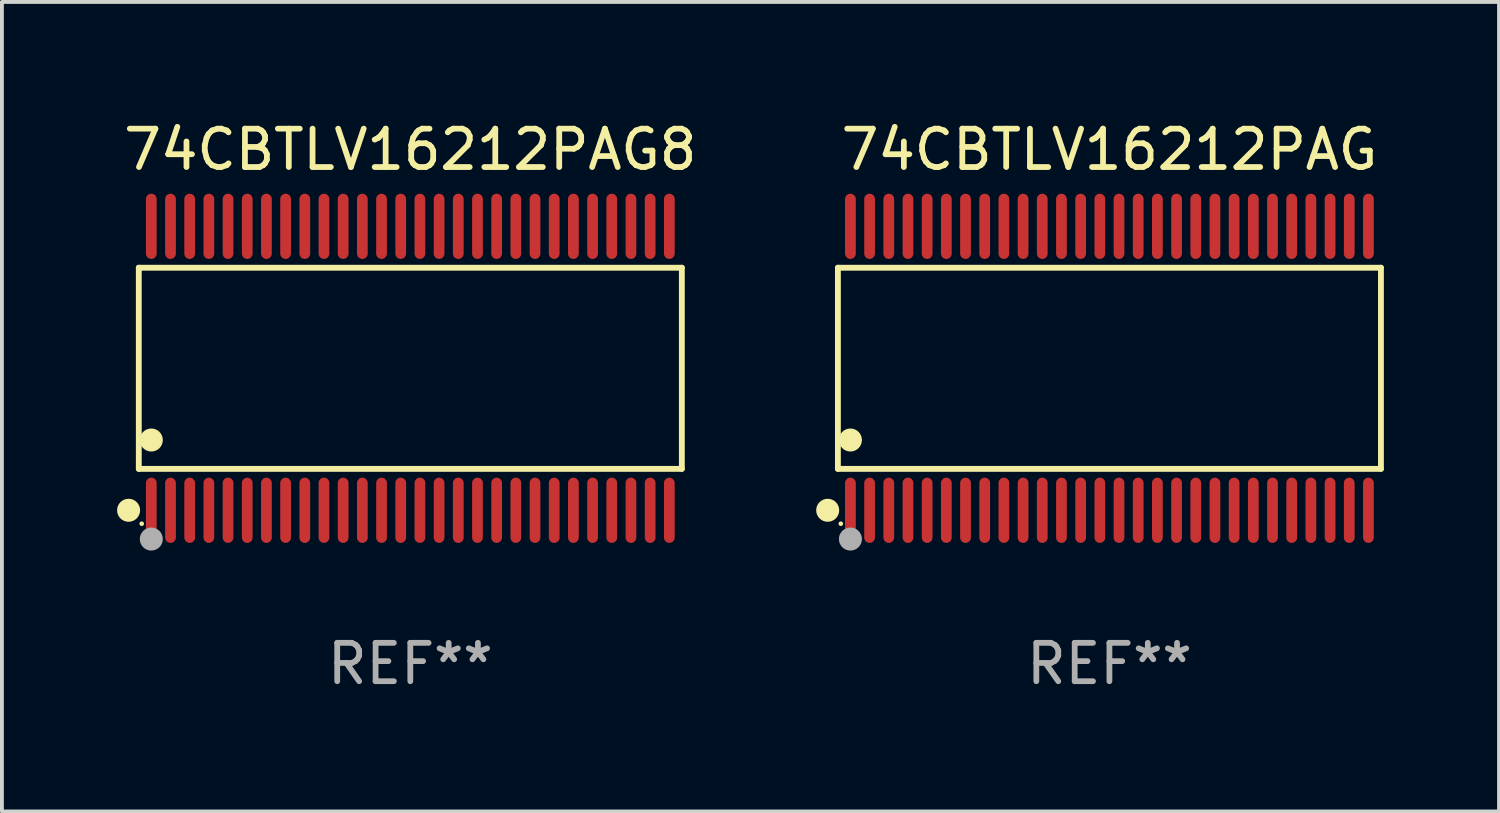
<source format=kicad_pcb>
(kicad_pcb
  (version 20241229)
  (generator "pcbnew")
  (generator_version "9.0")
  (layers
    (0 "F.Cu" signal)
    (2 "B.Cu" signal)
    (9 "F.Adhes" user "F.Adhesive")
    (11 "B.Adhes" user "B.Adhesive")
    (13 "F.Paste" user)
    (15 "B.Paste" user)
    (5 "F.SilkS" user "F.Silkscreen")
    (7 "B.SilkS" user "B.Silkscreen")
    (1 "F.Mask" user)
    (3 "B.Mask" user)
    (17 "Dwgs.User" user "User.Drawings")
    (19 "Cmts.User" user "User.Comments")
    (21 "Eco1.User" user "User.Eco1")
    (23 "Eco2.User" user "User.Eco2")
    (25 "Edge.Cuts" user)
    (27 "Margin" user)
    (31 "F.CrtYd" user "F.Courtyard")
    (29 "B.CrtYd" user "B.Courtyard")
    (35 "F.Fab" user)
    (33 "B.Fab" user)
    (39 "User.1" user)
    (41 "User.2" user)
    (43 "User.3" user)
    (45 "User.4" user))
  (footprint "74CBTLV16212PAG"
    (layer "F.Cu")
    (at 25.862 6.548)
    (property "Reference" "74CBTLV16212PAG" (at 0 -5.7 0) (layer "F.SilkS") (effects (font (size 1 1) (thickness 0.15))))
    (attr through_hole)
    (fp_line (start -7.076 -2.621) (end 7.076 -2.621) (stroke (width 0.152) (type solid)) (layer "F.SilkS"))
    (fp_line (start -7.076 2.621) (end -7.076 -2.621) (stroke (width 0.152) (type solid)) (layer "F.SilkS"))
    (fp_line (start 7.076 -2.621) (end 7.076 2.621) (stroke (width 0.152) (type solid)) (layer "F.SilkS"))
    (fp_line (start 7.076 2.621) (end -7.076 2.621) (stroke (width 0.152) (type solid)) (layer "F.SilkS"))
    (fp_circle (center -7.342 3.7) (end -7.192 3.7) (stroke (width 0.3) (type solid)) (fill no) (layer "F.SilkS"))
    (fp_circle (center -7 4.05) (end -6.97 4.05) (stroke (width 0.06) (type solid)) (fill no) (layer "F.SilkS"))
    (fp_circle (center -6.75 1.869) (end -6.6 1.869) (stroke (width 0.3) (type solid)) (fill no) (layer "F.SilkS"))
    (fp_circle (center -6.75 4.45) (end -6.6 4.45) (stroke (width 0.3) (type solid)) (fill no) (layer "F.Fab"))
    (fp_text user "REF**" (at 0 7.7 0) (layer "F.Fab") (effects (font (size 1 1) (thickness 0.15))))
    (pad "1" smd oval (at -6.75 3.7) (size 0.28 1.7) (layers "F.Cu" "F.Mask" "F.Paste"))
    (pad "2" smd oval (at -6.25 3.7) (size 0.28 1.7) (layers "F.Cu" "F.Mask" "F.Paste"))
    (pad "3" smd oval (at -5.75 3.7) (size 0.28 1.7) (layers "F.Cu" "F.Mask" "F.Paste"))
    (pad "4" smd oval (at -5.25 3.7) (size 0.28 1.7) (layers "F.Cu" "F.Mask" "F.Paste"))
    (pad "5" smd oval (at -4.75 3.7) (size 0.28 1.7) (layers "F.Cu" "F.Mask" "F.Paste"))
    (pad "6" smd oval (at -4.25 3.7) (size 0.28 1.7) (layers "F.Cu" "F.Mask" "F.Paste"))
    (pad "7" smd oval (at -3.75 3.7) (size 0.28 1.7) (layers "F.Cu" "F.Mask" "F.Paste"))
    (pad "8" smd oval (at -3.25 3.7) (size 0.28 1.7) (layers "F.Cu" "F.Mask" "F.Paste"))
    (pad "9" smd oval (at -2.75 3.7) (size 0.28 1.7) (layers "F.Cu" "F.Mask" "F.Paste"))
    (pad "10" smd oval (at -2.25 3.7) (size 0.28 1.7) (layers "F.Cu" "F.Mask" "F.Paste"))
    (pad "11" smd oval (at -1.75 3.7) (size 0.28 1.7) (layers "F.Cu" "F.Mask" "F.Paste"))
    (pad "12" smd oval (at -1.25 3.7) (size 0.28 1.7) (layers "F.Cu" "F.Mask" "F.Paste"))
    (pad "13" smd oval (at -0.75 3.7) (size 0.28 1.7) (layers "F.Cu" "F.Mask" "F.Paste"))
    (pad "14" smd oval (at -0.25 3.7) (size 0.28 1.7) (layers "F.Cu" "F.Mask" "F.Paste"))
    (pad "15" smd oval (at 0.25 3.7) (size 0.28 1.7) (layers "F.Cu" "F.Mask" "F.Paste"))
    (pad "16" smd oval (at 0.75 3.7) (size 0.28 1.7) (layers "F.Cu" "F.Mask" "F.Paste"))
    (pad "17" smd oval (at 1.25 3.7) (size 0.28 1.7) (layers "F.Cu" "F.Mask" "F.Paste"))
    (pad "18" smd oval (at 1.75 3.7) (size 0.28 1.7) (layers "F.Cu" "F.Mask" "F.Paste"))
    (pad "19" smd oval (at 2.25 3.7) (size 0.28 1.7) (layers "F.Cu" "F.Mask" "F.Paste"))
    (pad "20" smd oval (at 2.75 3.7) (size 0.28 1.7) (layers "F.Cu" "F.Mask" "F.Paste"))
    (pad "21" smd oval (at 3.25 3.7) (size 0.28 1.7) (layers "F.Cu" "F.Mask" "F.Paste"))
    (pad "22" smd oval (at 3.75 3.7) (size 0.28 1.7) (layers "F.Cu" "F.Mask" "F.Paste"))
    (pad "23" smd oval (at 4.25 3.7) (size 0.28 1.7) (layers "F.Cu" "F.Mask" "F.Paste"))
    (pad "24" smd oval (at 4.75 3.7) (size 0.28 1.7) (layers "F.Cu" "F.Mask" "F.Paste"))
    (pad "25" smd oval (at 5.25 3.7) (size 0.28 1.7) (layers "F.Cu" "F.Mask" "F.Paste"))
    (pad "26" smd oval (at 5.75 3.7) (size 0.28 1.7) (layers "F.Cu" "F.Mask" "F.Paste"))
    (pad "27" smd oval (at 6.25 3.7) (size 0.28 1.7) (layers "F.Cu" "F.Mask" "F.Paste"))
    (pad "28" smd oval (at 6.75 3.7) (size 0.28 1.7) (layers "F.Cu" "F.Mask" "F.Paste"))
    (pad "29" smd oval (at 6.75 -3.7) (size 0.28 1.7) (layers "F.Cu" "F.Mask" "F.Paste"))
    (pad "30" smd oval (at 6.25 -3.7) (size 0.28 1.7) (layers "F.Cu" "F.Mask" "F.Paste"))
    (pad "31" smd oval (at 5.75 -3.7) (size 0.28 1.7) (layers "F.Cu" "F.Mask" "F.Paste"))
    (pad "32" smd oval (at 5.25 -3.7) (size 0.28 1.7) (layers "F.Cu" "F.Mask" "F.Paste"))
    (pad "33" smd oval (at 4.75 -3.7) (size 0.28 1.7) (layers "F.Cu" "F.Mask" "F.Paste"))
    (pad "34" smd oval (at 4.25 -3.7) (size 0.28 1.7) (layers "F.Cu" "F.Mask" "F.Paste"))
    (pad "35" smd oval (at 3.75 -3.7) (size 0.28 1.7) (layers "F.Cu" "F.Mask" "F.Paste"))
    (pad "36" smd oval (at 3.25 -3.7) (size 0.28 1.7) (layers "F.Cu" "F.Mask" "F.Paste"))
    (pad "37" smd oval (at 2.75 -3.7) (size 0.28 1.7) (layers "F.Cu" "F.Mask" "F.Paste"))
    (pad "38" smd oval (at 2.25 -3.7) (size 0.28 1.7) (layers "F.Cu" "F.Mask" "F.Paste"))
    (pad "39" smd oval (at 1.75 -3.7) (size 0.28 1.7) (layers "F.Cu" "F.Mask" "F.Paste"))
    (pad "40" smd oval (at 1.25 -3.7) (size 0.28 1.7) (layers "F.Cu" "F.Mask" "F.Paste"))
    (pad "41" smd oval (at 0.75 -3.7) (size 0.28 1.7) (layers "F.Cu" "F.Mask" "F.Paste"))
    (pad "42" smd oval (at 0.25 -3.7) (size 0.28 1.7) (layers "F.Cu" "F.Mask" "F.Paste"))
    (pad "43" smd oval (at -0.25 -3.7) (size 0.28 1.7) (layers "F.Cu" "F.Mask" "F.Paste"))
    (pad "44" smd oval (at -0.75 -3.7) (size 0.28 1.7) (layers "F.Cu" "F.Mask" "F.Paste"))
    (pad "45" smd oval (at -1.25 -3.7) (size 0.28 1.7) (layers "F.Cu" "F.Mask" "F.Paste"))
    (pad "46" smd oval (at -1.75 -3.7) (size 0.28 1.7) (layers "F.Cu" "F.Mask" "F.Paste"))
    (pad "47" smd oval (at -2.25 -3.7) (size 0.28 1.7) (layers "F.Cu" "F.Mask" "F.Paste"))
    (pad "48" smd oval (at -2.75 -3.7) (size 0.28 1.7) (layers "F.Cu" "F.Mask" "F.Paste"))
    (pad "49" smd oval (at -3.25 -3.7) (size 0.28 1.7) (layers "F.Cu" "F.Mask" "F.Paste"))
    (pad "50" smd oval (at -3.75 -3.7) (size 0.28 1.7) (layers "F.Cu" "F.Mask" "F.Paste"))
    (pad "51" smd oval (at -4.25 -3.7) (size 0.28 1.7) (layers "F.Cu" "F.Mask" "F.Paste"))
    (pad "52" smd oval (at -4.75 -3.7) (size 0.28 1.7) (layers "F.Cu" "F.Mask" "F.Paste"))
    (pad "53" smd oval (at -5.25 -3.7) (size 0.28 1.7) (layers "F.Cu" "F.Mask" "F.Paste"))
    (pad "54" smd oval (at -5.75 -3.7) (size 0.28 1.7) (layers "F.Cu" "F.Mask" "F.Paste"))
    (pad "55" smd oval (at -6.25 -3.7) (size 0.28 1.7) (layers "F.Cu" "F.Mask" "F.Paste"))
    (pad "56" smd oval (at -6.75 -3.7) (size 0.28 1.7) (layers "F.Cu" "F.Mask" "F.Paste")))
  (footprint "74CBTLV16212PAG8"
    (layer "F.Cu")
    (at 7.643 6.548)
    (property "Reference" "74CBTLV16212PAG8" (at 0 -5.7 0) (layer "F.SilkS") (effects (font (size 1 1) (thickness 0.15))))
    (attr through_hole)
    (fp_line (start -7.076 -2.621) (end 7.076 -2.621) (stroke (width 0.152) (type solid)) (layer "F.SilkS"))
    (fp_line (start -7.076 2.621) (end -7.076 -2.621) (stroke (width 0.152) (type solid)) (layer "F.SilkS"))
    (fp_line (start 7.076 -2.621) (end 7.076 2.621) (stroke (width 0.152) (type solid)) (layer "F.SilkS"))
    (fp_line (start 7.076 2.621) (end -7.076 2.621) (stroke (width 0.152) (type solid)) (layer "F.SilkS"))
    (fp_circle (center -7.342 3.7) (end -7.192 3.7) (stroke (width 0.3) (type solid)) (fill no) (layer "F.SilkS"))
    (fp_circle (center -7 4.05) (end -6.97 4.05) (stroke (width 0.06) (type solid)) (fill no) (layer "F.SilkS"))
    (fp_circle (center -6.75 1.869) (end -6.6 1.869) (stroke (width 0.3) (type solid)) (fill no) (layer "F.SilkS"))
    (fp_circle (center -6.75 4.45) (end -6.6 4.45) (stroke (width 0.3) (type solid)) (fill no) (layer "F.Fab"))
    (fp_text user "REF**" (at 0 7.7 0) (layer "F.Fab") (effects (font (size 1 1) (thickness 0.15))))
    (pad "1" smd oval (at -6.75 3.7) (size 0.28 1.7) (layers "F.Cu" "F.Mask" "F.Paste"))
    (pad "2" smd oval (at -6.25 3.7) (size 0.28 1.7) (layers "F.Cu" "F.Mask" "F.Paste"))
    (pad "3" smd oval (at -5.75 3.7) (size 0.28 1.7) (layers "F.Cu" "F.Mask" "F.Paste"))
    (pad "4" smd oval (at -5.25 3.7) (size 0.28 1.7) (layers "F.Cu" "F.Mask" "F.Paste"))
    (pad "5" smd oval (at -4.75 3.7) (size 0.28 1.7) (layers "F.Cu" "F.Mask" "F.Paste"))
    (pad "6" smd oval (at -4.25 3.7) (size 0.28 1.7) (layers "F.Cu" "F.Mask" "F.Paste"))
    (pad "7" smd oval (at -3.75 3.7) (size 0.28 1.7) (layers "F.Cu" "F.Mask" "F.Paste"))
    (pad "8" smd oval (at -3.25 3.7) (size 0.28 1.7) (layers "F.Cu" "F.Mask" "F.Paste"))
    (pad "9" smd oval (at -2.75 3.7) (size 0.28 1.7) (layers "F.Cu" "F.Mask" "F.Paste"))
    (pad "10" smd oval (at -2.25 3.7) (size 0.28 1.7) (layers "F.Cu" "F.Mask" "F.Paste"))
    (pad "11" smd oval (at -1.75 3.7) (size 0.28 1.7) (layers "F.Cu" "F.Mask" "F.Paste"))
    (pad "12" smd oval (at -1.25 3.7) (size 0.28 1.7) (layers "F.Cu" "F.Mask" "F.Paste"))
    (pad "13" smd oval (at -0.75 3.7) (size 0.28 1.7) (layers "F.Cu" "F.Mask" "F.Paste"))
    (pad "14" smd oval (at -0.25 3.7) (size 0.28 1.7) (layers "F.Cu" "F.Mask" "F.Paste"))
    (pad "15" smd oval (at 0.25 3.7) (size 0.28 1.7) (layers "F.Cu" "F.Mask" "F.Paste"))
    (pad "16" smd oval (at 0.75 3.7) (size 0.28 1.7) (layers "F.Cu" "F.Mask" "F.Paste"))
    (pad "17" smd oval (at 1.25 3.7) (size 0.28 1.7) (layers "F.Cu" "F.Mask" "F.Paste"))
    (pad "18" smd oval (at 1.75 3.7) (size 0.28 1.7) (layers "F.Cu" "F.Mask" "F.Paste"))
    (pad "19" smd oval (at 2.25 3.7) (size 0.28 1.7) (layers "F.Cu" "F.Mask" "F.Paste"))
    (pad "20" smd oval (at 2.75 3.7) (size 0.28 1.7) (layers "F.Cu" "F.Mask" "F.Paste"))
    (pad "21" smd oval (at 3.25 3.7) (size 0.28 1.7) (layers "F.Cu" "F.Mask" "F.Paste"))
    (pad "22" smd oval (at 3.75 3.7) (size 0.28 1.7) (layers "F.Cu" "F.Mask" "F.Paste"))
    (pad "23" smd oval (at 4.25 3.7) (size 0.28 1.7) (layers "F.Cu" "F.Mask" "F.Paste"))
    (pad "24" smd oval (at 4.75 3.7) (size 0.28 1.7) (layers "F.Cu" "F.Mask" "F.Paste"))
    (pad "25" smd oval (at 5.25 3.7) (size 0.28 1.7) (layers "F.Cu" "F.Mask" "F.Paste"))
    (pad "26" smd oval (at 5.75 3.7) (size 0.28 1.7) (layers "F.Cu" "F.Mask" "F.Paste"))
    (pad "27" smd oval (at 6.25 3.7) (size 0.28 1.7) (layers "F.Cu" "F.Mask" "F.Paste"))
    (pad "28" smd oval (at 6.75 3.7) (size 0.28 1.7) (layers "F.Cu" "F.Mask" "F.Paste"))
    (pad "29" smd oval (at 6.75 -3.7) (size 0.28 1.7) (layers "F.Cu" "F.Mask" "F.Paste"))
    (pad "30" smd oval (at 6.25 -3.7) (size 0.28 1.7) (layers "F.Cu" "F.Mask" "F.Paste"))
    (pad "31" smd oval (at 5.75 -3.7) (size 0.28 1.7) (layers "F.Cu" "F.Mask" "F.Paste"))
    (pad "32" smd oval (at 5.25 -3.7) (size 0.28 1.7) (layers "F.Cu" "F.Mask" "F.Paste"))
    (pad "33" smd oval (at 4.75 -3.7) (size 0.28 1.7) (layers "F.Cu" "F.Mask" "F.Paste"))
    (pad "34" smd oval (at 4.25 -3.7) (size 0.28 1.7) (layers "F.Cu" "F.Mask" "F.Paste"))
    (pad "35" smd oval (at 3.75 -3.7) (size 0.28 1.7) (layers "F.Cu" "F.Mask" "F.Paste"))
    (pad "36" smd oval (at 3.25 -3.7) (size 0.28 1.7) (layers "F.Cu" "F.Mask" "F.Paste"))
    (pad "37" smd oval (at 2.75 -3.7) (size 0.28 1.7) (layers "F.Cu" "F.Mask" "F.Paste"))
    (pad "38" smd oval (at 2.25 -3.7) (size 0.28 1.7) (layers "F.Cu" "F.Mask" "F.Paste"))
    (pad "39" smd oval (at 1.75 -3.7) (size 0.28 1.7) (layers "F.Cu" "F.Mask" "F.Paste"))
    (pad "40" smd oval (at 1.25 -3.7) (size 0.28 1.7) (layers "F.Cu" "F.Mask" "F.Paste"))
    (pad "41" smd oval (at 0.75 -3.7) (size 0.28 1.7) (layers "F.Cu" "F.Mask" "F.Paste"))
    (pad "42" smd oval (at 0.25 -3.7) (size 0.28 1.7) (layers "F.Cu" "F.Mask" "F.Paste"))
    (pad "43" smd oval (at -0.25 -3.7) (size 0.28 1.7) (layers "F.Cu" "F.Mask" "F.Paste"))
    (pad "44" smd oval (at -0.75 -3.7) (size 0.28 1.7) (layers "F.Cu" "F.Mask" "F.Paste"))
    (pad "45" smd oval (at -1.25 -3.7) (size 0.28 1.7) (layers "F.Cu" "F.Mask" "F.Paste"))
    (pad "46" smd oval (at -1.75 -3.7) (size 0.28 1.7) (layers "F.Cu" "F.Mask" "F.Paste"))
    (pad "47" smd oval (at -2.25 -3.7) (size 0.28 1.7) (layers "F.Cu" "F.Mask" "F.Paste"))
    (pad "48" smd oval (at -2.75 -3.7) (size 0.28 1.7) (layers "F.Cu" "F.Mask" "F.Paste"))
    (pad "49" smd oval (at -3.25 -3.7) (size 0.28 1.7) (layers "F.Cu" "F.Mask" "F.Paste"))
    (pad "50" smd oval (at -3.75 -3.7) (size 0.28 1.7) (layers "F.Cu" "F.Mask" "F.Paste"))
    (pad "51" smd oval (at -4.25 -3.7) (size 0.28 1.7) (layers "F.Cu" "F.Mask" "F.Paste"))
    (pad "52" smd oval (at -4.75 -3.7) (size 0.28 1.7) (layers "F.Cu" "F.Mask" "F.Paste"))
    (pad "53" smd oval (at -5.25 -3.7) (size 0.28 1.7) (layers "F.Cu" "F.Mask" "F.Paste"))
    (pad "54" smd oval (at -5.75 -3.7) (size 0.28 1.7) (layers "F.Cu" "F.Mask" "F.Paste"))
    (pad "55" smd oval (at -6.25 -3.7) (size 0.28 1.7) (layers "F.Cu" "F.Mask" "F.Paste"))
    (pad "56" smd oval (at -6.75 -3.7) (size 0.28 1.7) (layers "F.Cu" "F.Mask" "F.Paste")))
  (gr_rect
    (start -3 -3)
    (end 36.015 18.097)
    (stroke (width 0.1) (type default))
    (fill no)
    (layer "Edge.Cuts")))
</source>
